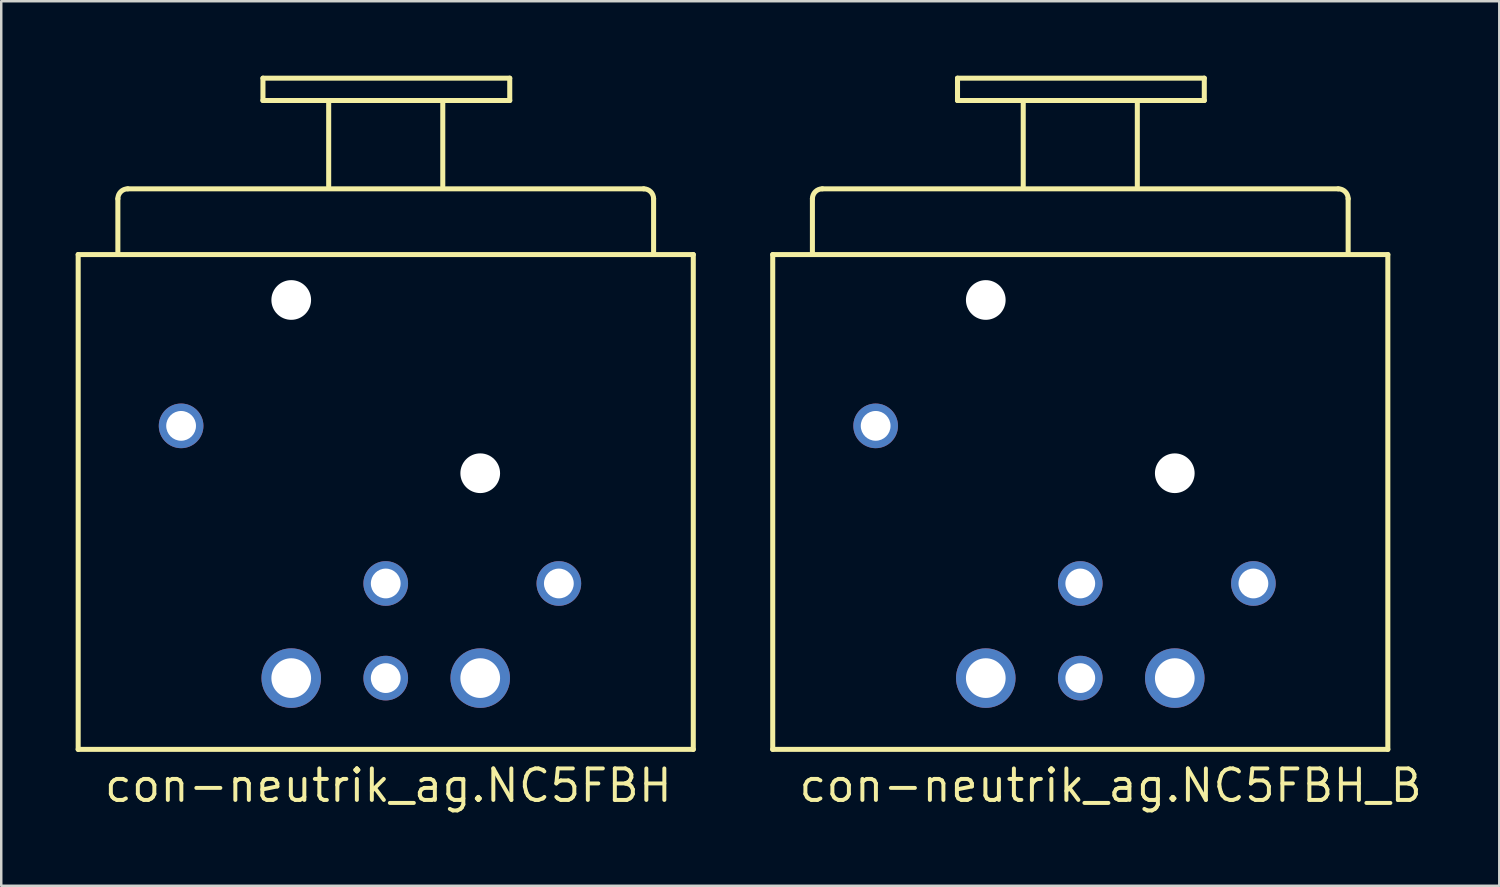
<source format=kicad_pcb>
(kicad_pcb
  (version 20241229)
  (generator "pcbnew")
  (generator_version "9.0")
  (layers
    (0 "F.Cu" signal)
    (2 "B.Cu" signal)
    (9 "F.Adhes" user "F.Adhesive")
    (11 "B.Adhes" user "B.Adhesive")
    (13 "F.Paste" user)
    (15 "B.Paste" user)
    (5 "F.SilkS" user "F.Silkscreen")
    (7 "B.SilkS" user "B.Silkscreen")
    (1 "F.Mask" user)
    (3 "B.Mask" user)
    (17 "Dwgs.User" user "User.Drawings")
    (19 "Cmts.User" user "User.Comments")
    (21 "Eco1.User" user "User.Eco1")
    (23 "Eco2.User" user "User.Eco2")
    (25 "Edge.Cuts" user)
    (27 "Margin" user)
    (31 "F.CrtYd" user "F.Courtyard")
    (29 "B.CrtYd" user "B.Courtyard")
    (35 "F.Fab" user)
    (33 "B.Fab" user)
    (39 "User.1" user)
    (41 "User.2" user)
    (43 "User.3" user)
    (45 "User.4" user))
  (footprint "con-neutrik_ag.NC5FBH"
    (layer "F.Cu")
    (at 12.502 20.475)
    (property "Reference" "con-neutrik_ag.NC5FBH" (at -11.43 8.89 0) (layer "F.SilkS") (effects (font (size 1.27 1.27) (thickness 0.16)) (justify left bottom)))
    (attr through_hole)
    (fp_line (start -12.4 -13.262) (end 12.4 -13.262) (stroke (width 0.203) (type default)) (layer "F.SilkS"))
    (fp_line (start -12.4 6.688) (end -12.4 -13.262) (stroke (width 0.203) (type default)) (layer "F.SilkS"))
    (fp_line (start -10.8 -13.362) (end -10.8 -15.512) (stroke (width 0.203) (type default)) (layer "F.SilkS"))
    (fp_line (start -10.4 -15.912) (end 10.4 -15.912) (stroke (width 0.203) (type default)) (layer "F.SilkS"))
    (fp_line (start -4.95 -20.373) (end 5 -20.373) (stroke (width 0.203) (type default)) (layer "F.SilkS"))
    (fp_line (start -4.95 -19.473) (end -4.95 -20.373) (stroke (width 0.203) (type default)) (layer "F.SilkS"))
    (fp_line (start -2.3 -19.473) (end -4.95 -19.473) (stroke (width 0.203) (type default)) (layer "F.SilkS"))
    (fp_line (start -2.3 -19.473) (end 2.25 -19.473) (stroke (width 0.203) (type default)) (layer "F.SilkS"))
    (fp_line (start -2.3 -16.023) (end -2.3 -19.473) (stroke (width 0.203) (type default)) (layer "F.SilkS"))
    (fp_line (start 2.3 -19.473) (end 2.3 -16.023) (stroke (width 0.203) (type default)) (layer "F.SilkS"))
    (fp_line (start 5 -20.373) (end 5 -19.473) (stroke (width 0.203) (type default)) (layer "F.SilkS"))
    (fp_line (start 5 -19.473) (end 2.3 -19.473) (stroke (width 0.203) (type default)) (layer "F.SilkS"))
    (fp_line (start 10.8 -15.512) (end 10.8 -13.362) (stroke (width 0.203) (type default)) (layer "F.SilkS"))
    (fp_line (start 12.4 -13.262) (end 12.4 6.688) (stroke (width 0.203) (type default)) (layer "F.SilkS"))
    (fp_line (start 12.4 6.688) (end -12.4 6.688) (stroke (width 0.203) (type default)) (layer "F.SilkS"))
    (fp_arc (start -10.8 -15.5119) (mid -10.682843 -15.794743) (end -10.4 -15.9119) (stroke (width 0.2032) (type default)) (layer "F.SilkS"))
    (fp_arc (start 10.4 -15.9119) (mid 10.682843 -15.794743) (end 10.8 -15.5119) (stroke (width 0.2032) (type default)) (layer "F.SilkS"))
    (pad "" np_thru_hole circle (at -3.81 -11.43) (size 1.6 1.6) (drill 1.6) (layers "*.Cu" "*.Mask"))
    (pad "" np_thru_hole circle (at 3.81 -4.445) (size 1.6 1.6) (drill 1.6) (layers "*.Cu" "*.Mask"))
    (pad "1" thru_hole circle (at -3.81 3.815) (size 2.4 2.4) (drill 1.6) (layers "*.Cu" "*.Mask"))
    (pad "2" thru_hole circle (at 0 0) (size 1.8 1.8) (drill 1.2) (layers "*.Cu" "*.Mask"))
    (pad "3" thru_hole circle (at 0 3.815) (size 1.8 1.8) (drill 1.2) (layers "*.Cu" "*.Mask"))
    (pad "4" thru_hole circle (at 6.98 0) (size 1.8 1.8) (drill 1.2) (layers "*.Cu" "*.Mask"))
    (pad "5" thru_hole circle (at 3.81 3.815) (size 2.4 2.4) (drill 1.6) (layers "*.Cu" "*.Mask"))
    (pad "G" thru_hole circle (at -8.25 -6.355) (size 1.8 1.8) (drill 1.2) (layers "*.Cu" "*.Mask")))
  (footprint "con-neutrik_ag.NC5FBH_B"
    (layer "F.Cu")
    (at 40.505 20.475)
    (property "Reference" "con-neutrik_ag.NC5FBH_B" (at -11.43 8.89 0) (layer "F.SilkS") (effects (font (size 1.27 1.27) (thickness 0.16)) (justify left bottom)))
    (attr through_hole)
    (fp_line (start -12.4 -13.262) (end 12.4 -13.262) (stroke (width 0.203) (type default)) (layer "F.SilkS"))
    (fp_line (start -12.4 6.688) (end -12.4 -13.262) (stroke (width 0.203) (type default)) (layer "F.SilkS"))
    (fp_line (start -10.8 -13.362) (end -10.8 -15.512) (stroke (width 0.203) (type default)) (layer "F.SilkS"))
    (fp_line (start -10.4 -15.912) (end 10.4 -15.912) (stroke (width 0.203) (type default)) (layer "F.SilkS"))
    (fp_line (start -4.95 -20.373) (end 5 -20.373) (stroke (width 0.203) (type default)) (layer "F.SilkS"))
    (fp_line (start -4.95 -19.473) (end -4.95 -20.373) (stroke (width 0.203) (type default)) (layer "F.SilkS"))
    (fp_line (start -2.3 -19.473) (end -4.95 -19.473) (stroke (width 0.203) (type default)) (layer "F.SilkS"))
    (fp_line (start -2.3 -19.473) (end 2.25 -19.473) (stroke (width 0.203) (type default)) (layer "F.SilkS"))
    (fp_line (start -2.3 -16.023) (end -2.3 -19.473) (stroke (width 0.203) (type default)) (layer "F.SilkS"))
    (fp_line (start 2.3 -19.473) (end 2.3 -16.023) (stroke (width 0.203) (type default)) (layer "F.SilkS"))
    (fp_line (start 5 -20.373) (end 5 -19.473) (stroke (width 0.203) (type default)) (layer "F.SilkS"))
    (fp_line (start 5 -19.473) (end 2.3 -19.473) (stroke (width 0.203) (type default)) (layer "F.SilkS"))
    (fp_line (start 10.8 -15.512) (end 10.8 -13.362) (stroke (width 0.203) (type default)) (layer "F.SilkS"))
    (fp_line (start 12.4 -13.262) (end 12.4 6.688) (stroke (width 0.203) (type default)) (layer "F.SilkS"))
    (fp_line (start 12.4 6.688) (end -12.4 6.688) (stroke (width 0.203) (type default)) (layer "F.SilkS"))
    (fp_arc (start -10.8 -15.5119) (mid -10.682843 -15.794743) (end -10.4 -15.9119) (stroke (width 0.2032) (type default)) (layer "F.SilkS"))
    (fp_arc (start 10.4 -15.9119) (mid 10.682843 -15.794743) (end 10.8 -15.5119) (stroke (width 0.2032) (type default)) (layer "F.SilkS"))
    (pad "" np_thru_hole circle (at -3.81 -11.43) (size 1.6 1.6) (drill 1.6) (layers "*.Cu" "*.Mask"))
    (pad "" np_thru_hole circle (at 3.81 -4.445) (size 1.6 1.6) (drill 1.6) (layers "*.Cu" "*.Mask"))
    (pad "1" thru_hole circle (at -3.81 3.815) (size 2.4 2.4) (drill 1.6) (layers "*.Cu" "*.Mask"))
    (pad "2" thru_hole circle (at 0 0) (size 1.8 1.8) (drill 1.2) (layers "*.Cu" "*.Mask"))
    (pad "3" thru_hole circle (at 0 3.815) (size 1.8 1.8) (drill 1.2) (layers "*.Cu" "*.Mask"))
    (pad "4" thru_hole circle (at 6.98 0) (size 1.8 1.8) (drill 1.2) (layers "*.Cu" "*.Mask"))
    (pad "5" thru_hole circle (at 3.81 3.815) (size 2.4 2.4) (drill 1.6) (layers "*.Cu" "*.Mask"))
    (pad "G" thru_hole circle (at -8.25 -6.355) (size 1.8 1.8) (drill 1.2) (layers "*.Cu" "*.Mask")))
  (gr_rect
    (start -3 -3)
    (end 57.398 32.663)
    (stroke (width 0.1) (type default))
    (fill no)
    (layer "Edge.Cuts")))
</source>
